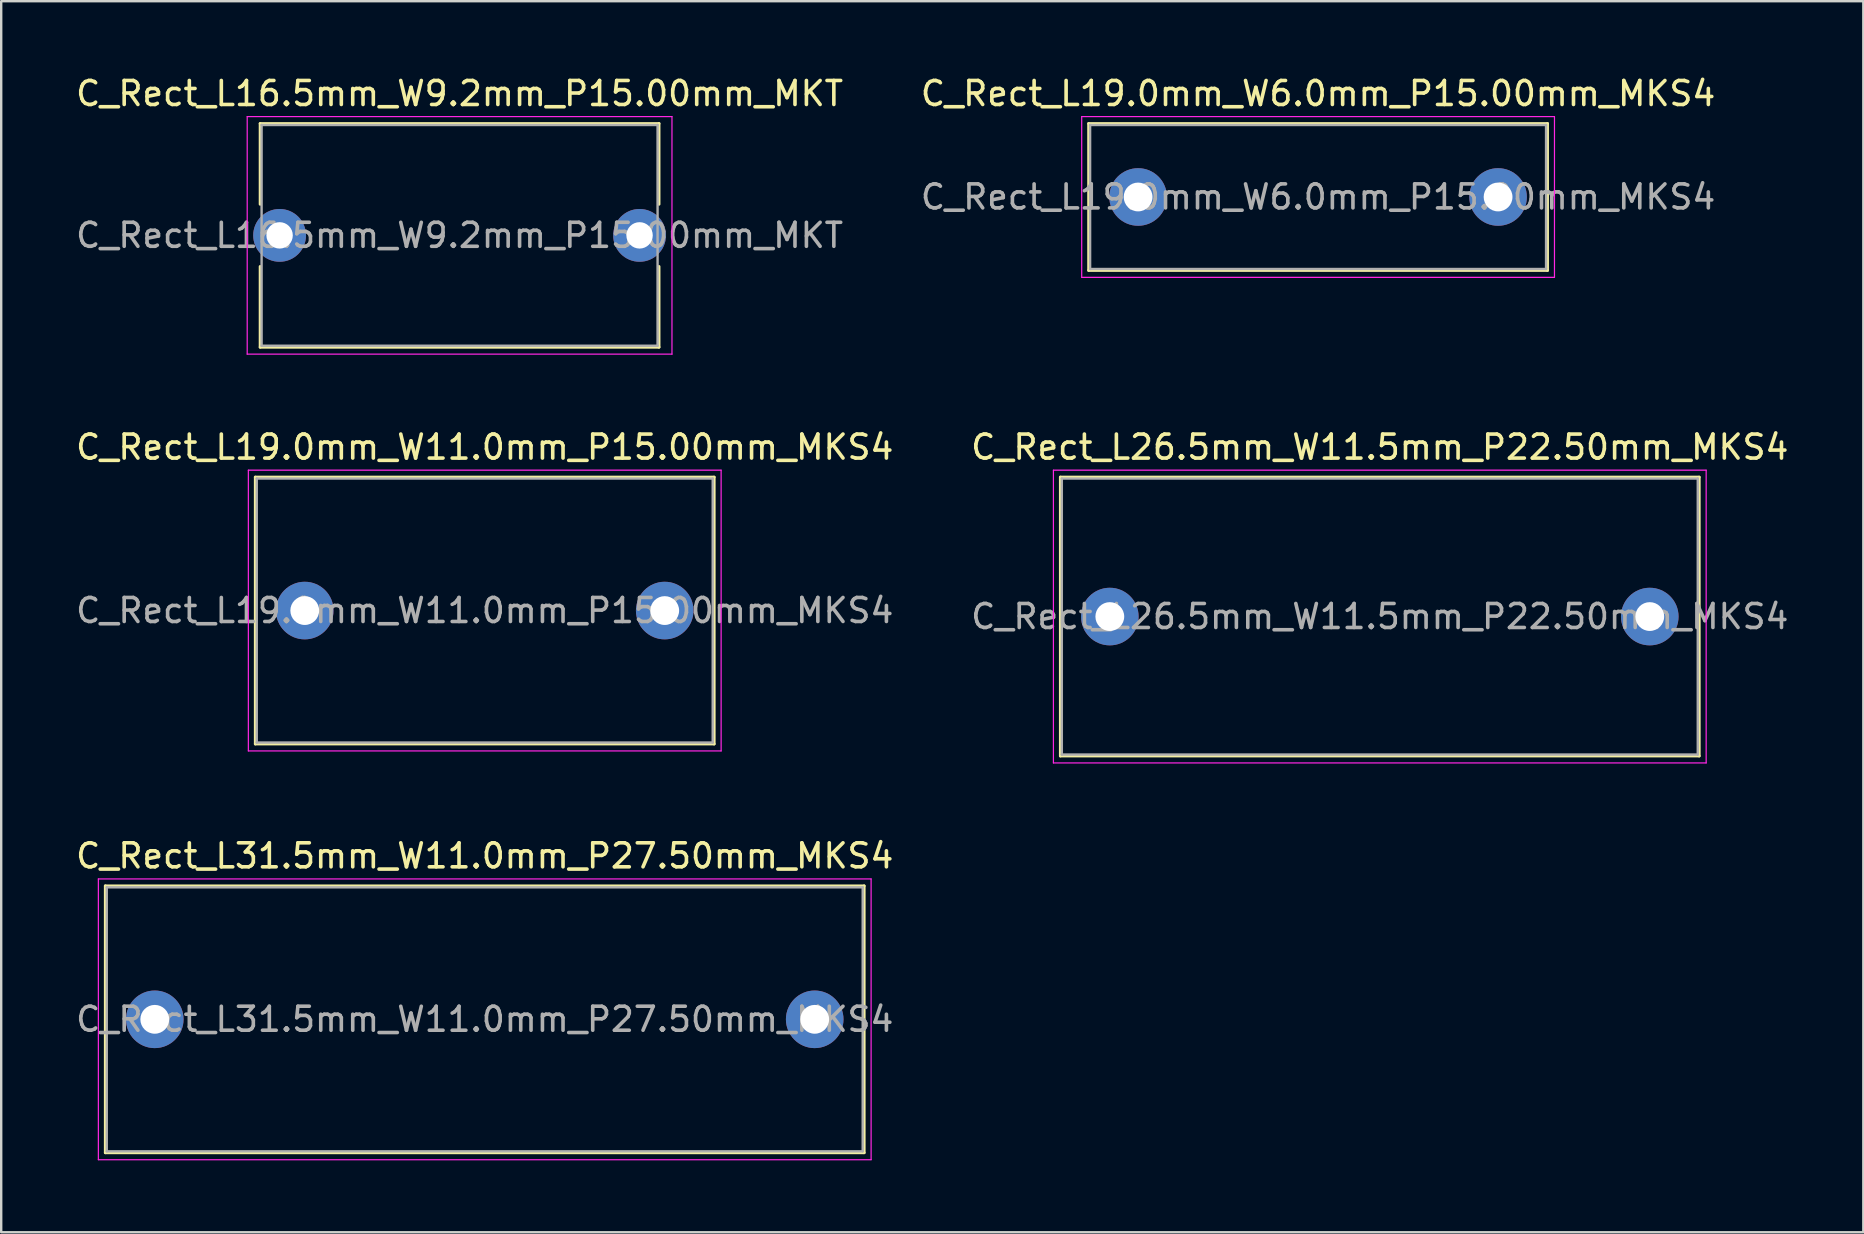
<source format=kicad_pcb>
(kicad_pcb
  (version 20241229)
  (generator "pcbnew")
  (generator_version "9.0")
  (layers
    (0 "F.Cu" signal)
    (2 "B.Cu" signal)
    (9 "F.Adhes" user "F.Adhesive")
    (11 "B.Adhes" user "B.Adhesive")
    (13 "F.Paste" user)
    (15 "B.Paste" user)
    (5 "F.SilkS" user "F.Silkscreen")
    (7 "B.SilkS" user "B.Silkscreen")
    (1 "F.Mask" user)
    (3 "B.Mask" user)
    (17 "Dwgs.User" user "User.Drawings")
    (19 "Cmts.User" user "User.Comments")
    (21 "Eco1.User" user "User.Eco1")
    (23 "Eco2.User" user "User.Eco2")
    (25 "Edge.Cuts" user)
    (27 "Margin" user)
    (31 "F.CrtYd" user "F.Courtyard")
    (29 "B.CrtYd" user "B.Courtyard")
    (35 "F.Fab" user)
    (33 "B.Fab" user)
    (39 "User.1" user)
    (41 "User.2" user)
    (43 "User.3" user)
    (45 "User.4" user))
  (footprint "C_Rect_L19.0mm_W6.0mm_P15.00mm_MKS4"
    (layer "F.Cu")
    (at 44.375 5.158)
    (property "Reference" "C_Rect_L19.0mm_W6.0mm_P15.00mm_MKS4" (at 7.5 -4.31 0) (layer "F.SilkS") (effects (font (size 1 1) (thickness 0.15))))
    (attr through_hole)
    (fp_line (start -2.06 -3.06) (end -2.06 3.06) (stroke (width 0.12) (type solid)) (layer "F.SilkS"))
    (fp_line (start -2.06 -3.06) (end 17.06 -3.06) (stroke (width 0.12) (type solid)) (layer "F.SilkS"))
    (fp_line (start -2.06 3.06) (end 17.06 3.06) (stroke (width 0.12) (type solid)) (layer "F.SilkS"))
    (fp_line (start 17.06 -3.06) (end 17.06 3.06) (stroke (width 0.12) (type solid)) (layer "F.SilkS"))
    (fp_line (start -2.35 -3.35) (end -2.35 3.35) (stroke (width 0.05) (type solid)) (layer "F.CrtYd"))
    (fp_line (start -2.35 3.35) (end 17.35 3.35) (stroke (width 0.05) (type solid)) (layer "F.CrtYd"))
    (fp_line (start 17.35 -3.35) (end -2.35 -3.35) (stroke (width 0.05) (type solid)) (layer "F.CrtYd"))
    (fp_line (start 17.35 3.35) (end 17.35 -3.35) (stroke (width 0.05) (type solid)) (layer "F.CrtYd"))
    (fp_line (start -2 -3) (end -2 3) (stroke (width 0.1) (type solid)) (layer "F.Fab"))
    (fp_line (start -2 3) (end 17 3) (stroke (width 0.1) (type solid)) (layer "F.Fab"))
    (fp_line (start 17 -3) (end -2 -3) (stroke (width 0.1) (type solid)) (layer "F.Fab"))
    (fp_line (start 17 3) (end 17 -3) (stroke (width 0.1) (type solid)) (layer "F.Fab"))
    (fp_text user "${REFERENCE}" (at 7.5 0 0) (layer "F.Fab") (effects (font (size 1 1) (thickness 0.15))))
    (pad "1" thru_hole circle (at 0 0) (size 2.4 2.4) (drill 1.2) (layers "*.Cu" "*.Mask"))
    (pad "2" thru_hole circle (at 15 0) (size 2.4 2.4) (drill 1.2) (layers "*.Cu" "*.Mask")))
  (footprint "C_Rect_L31.5mm_W11.0mm_P27.50mm_MKS4"
    (layer "F.Cu")
    (at 3.399 39.425)
    (property "Reference" "C_Rect_L31.5mm_W11.0mm_P27.50mm_MKS4" (at 13.75 -6.81 0) (layer "F.SilkS") (effects (font (size 1 1) (thickness 0.15))))
    (attr through_hole)
    (fp_line (start -2.06 -5.56) (end -2.06 5.56) (stroke (width 0.12) (type solid)) (layer "F.SilkS"))
    (fp_line (start -2.06 -5.56) (end 29.56 -5.56) (stroke (width 0.12) (type solid)) (layer "F.SilkS"))
    (fp_line (start -2.06 5.56) (end 29.56 5.56) (stroke (width 0.12) (type solid)) (layer "F.SilkS"))
    (fp_line (start 29.56 -5.56) (end 29.56 5.56) (stroke (width 0.12) (type solid)) (layer "F.SilkS"))
    (fp_line (start -2.35 -5.85) (end -2.35 5.85) (stroke (width 0.05) (type solid)) (layer "F.CrtYd"))
    (fp_line (start -2.35 5.85) (end 29.85 5.85) (stroke (width 0.05) (type solid)) (layer "F.CrtYd"))
    (fp_line (start 29.85 -5.85) (end -2.35 -5.85) (stroke (width 0.05) (type solid)) (layer "F.CrtYd"))
    (fp_line (start 29.85 5.85) (end 29.85 -5.85) (stroke (width 0.05) (type solid)) (layer "F.CrtYd"))
    (fp_line (start -2 -5.5) (end -2 5.5) (stroke (width 0.1) (type solid)) (layer "F.Fab"))
    (fp_line (start -2 5.5) (end 29.5 5.5) (stroke (width 0.1) (type solid)) (layer "F.Fab"))
    (fp_line (start 29.5 -5.5) (end -2 -5.5) (stroke (width 0.1) (type solid)) (layer "F.Fab"))
    (fp_line (start 29.5 5.5) (end 29.5 -5.5) (stroke (width 0.1) (type solid)) (layer "F.Fab"))
    (fp_text user "${REFERENCE}" (at 13.75 0 0) (layer "F.Fab") (effects (font (size 1 1) (thickness 0.15))))
    (pad "1" thru_hole circle (at 0 0) (size 2.4 2.4) (drill 1.2) (layers "*.Cu" "*.Mask"))
    (pad "2" thru_hole circle (at 27.5 0) (size 2.4 2.4) (drill 1.2) (layers "*.Cu" "*.Mask")))
  (footprint "C_Rect_L19.0mm_W11.0mm_P15.00mm_MKS4"
    (layer "F.Cu")
    (at 9.649 22.392)
    (property "Reference" "C_Rect_L19.0mm_W11.0mm_P15.00mm_MKS4" (at 7.5 -6.81 0) (layer "F.SilkS") (effects (font (size 1 1) (thickness 0.15))))
    (attr through_hole)
    (fp_line (start -2.06 -5.56) (end -2.06 5.56) (stroke (width 0.12) (type solid)) (layer "F.SilkS"))
    (fp_line (start -2.06 -5.56) (end 17.06 -5.56) (stroke (width 0.12) (type solid)) (layer "F.SilkS"))
    (fp_line (start -2.06 5.56) (end 17.06 5.56) (stroke (width 0.12) (type solid)) (layer "F.SilkS"))
    (fp_line (start 17.06 -5.56) (end 17.06 5.56) (stroke (width 0.12) (type solid)) (layer "F.SilkS"))
    (fp_line (start -2.35 -5.85) (end -2.35 5.85) (stroke (width 0.05) (type solid)) (layer "F.CrtYd"))
    (fp_line (start -2.35 5.85) (end 17.35 5.85) (stroke (width 0.05) (type solid)) (layer "F.CrtYd"))
    (fp_line (start 17.35 -5.85) (end -2.35 -5.85) (stroke (width 0.05) (type solid)) (layer "F.CrtYd"))
    (fp_line (start 17.35 5.85) (end 17.35 -5.85) (stroke (width 0.05) (type solid)) (layer "F.CrtYd"))
    (fp_line (start -2 -5.5) (end -2 5.5) (stroke (width 0.1) (type solid)) (layer "F.Fab"))
    (fp_line (start -2 5.5) (end 17 5.5) (stroke (width 0.1) (type solid)) (layer "F.Fab"))
    (fp_line (start 17 -5.5) (end -2 -5.5) (stroke (width 0.1) (type solid)) (layer "F.Fab"))
    (fp_line (start 17 5.5) (end 17 -5.5) (stroke (width 0.1) (type solid)) (layer "F.Fab"))
    (fp_text user "${REFERENCE}" (at 7.5 0 0) (layer "F.Fab") (effects (font (size 1 1) (thickness 0.15))))
    (pad "1" thru_hole circle (at 0 0) (size 2.4 2.4) (drill 1.2) (layers "*.Cu" "*.Mask"))
    (pad "2" thru_hole circle (at 15 0) (size 2.4 2.4) (drill 1.2) (layers "*.Cu" "*.Mask")))
  (footprint "C_Rect_L26.5mm_W11.5mm_P22.50mm_MKS4"
    (layer "F.Cu")
    (at 43.196 22.642)
    (property "Reference" "C_Rect_L26.5mm_W11.5mm_P22.50mm_MKS4" (at 11.25 -7.06 0) (layer "F.SilkS") (effects (font (size 1 1) (thickness 0.15))))
    (attr through_hole)
    (fp_line (start -2.06 -5.81) (end -2.06 5.81) (stroke (width 0.12) (type solid)) (layer "F.SilkS"))
    (fp_line (start -2.06 -5.81) (end 24.56 -5.81) (stroke (width 0.12) (type solid)) (layer "F.SilkS"))
    (fp_line (start -2.06 5.81) (end 24.56 5.81) (stroke (width 0.12) (type solid)) (layer "F.SilkS"))
    (fp_line (start 24.56 -5.81) (end 24.56 5.81) (stroke (width 0.12) (type solid)) (layer "F.SilkS"))
    (fp_line (start -2.35 -6.1) (end -2.35 6.1) (stroke (width 0.05) (type solid)) (layer "F.CrtYd"))
    (fp_line (start -2.35 6.1) (end 24.85 6.1) (stroke (width 0.05) (type solid)) (layer "F.CrtYd"))
    (fp_line (start 24.85 -6.1) (end -2.35 -6.1) (stroke (width 0.05) (type solid)) (layer "F.CrtYd"))
    (fp_line (start 24.85 6.1) (end 24.85 -6.1) (stroke (width 0.05) (type solid)) (layer "F.CrtYd"))
    (fp_line (start -2 -5.75) (end -2 5.75) (stroke (width 0.1) (type solid)) (layer "F.Fab"))
    (fp_line (start -2 5.75) (end 24.5 5.75) (stroke (width 0.1) (type solid)) (layer "F.Fab"))
    (fp_line (start 24.5 -5.75) (end -2 -5.75) (stroke (width 0.1) (type solid)) (layer "F.Fab"))
    (fp_line (start 24.5 5.75) (end 24.5 -5.75) (stroke (width 0.1) (type solid)) (layer "F.Fab"))
    (fp_text user "${REFERENCE}" (at 11.25 0 0) (layer "F.Fab") (effects (font (size 1 1) (thickness 0.15))))
    (pad "1" thru_hole circle (at 0 0) (size 2.4 2.4) (drill 1.2) (layers "*.Cu" "*.Mask"))
    (pad "2" thru_hole circle (at 22.5 0) (size 2.4 2.4) (drill 1.2) (layers "*.Cu" "*.Mask")))
  (footprint "C_Rect_L16.5mm_W9.2mm_P15.00mm_MKT"
    (layer "F.Cu")
    (at 8.601 6.758)
    (property "Reference" "C_Rect_L16.5mm_W9.2mm_P15.00mm_MKT" (at 7.5 -5.91 0) (layer "F.SilkS") (effects (font (size 1 1) (thickness 0.15))))
    (attr through_hole)
    (fp_line (start -0.81 -4.66) (end -0.81 -1.296) (stroke (width 0.12) (type solid)) (layer "F.SilkS"))
    (fp_line (start -0.81 -4.66) (end 15.81 -4.66) (stroke (width 0.12) (type solid)) (layer "F.SilkS"))
    (fp_line (start -0.81 1.296) (end -0.81 4.66) (stroke (width 0.12) (type solid)) (layer "F.SilkS"))
    (fp_line (start -0.81 4.66) (end 15.81 4.66) (stroke (width 0.12) (type solid)) (layer "F.SilkS"))
    (fp_line (start 15.81 -4.66) (end 15.81 -1.296) (stroke (width 0.12) (type solid)) (layer "F.SilkS"))
    (fp_line (start 15.81 1.296) (end 15.81 4.66) (stroke (width 0.12) (type solid)) (layer "F.SilkS"))
    (fp_line (start -1.35 -4.95) (end -1.35 4.95) (stroke (width 0.05) (type solid)) (layer "F.CrtYd"))
    (fp_line (start -1.35 4.95) (end 16.35 4.95) (stroke (width 0.05) (type solid)) (layer "F.CrtYd"))
    (fp_line (start 16.35 -4.95) (end -1.35 -4.95) (stroke (width 0.05) (type solid)) (layer "F.CrtYd"))
    (fp_line (start 16.35 4.95) (end 16.35 -4.95) (stroke (width 0.05) (type solid)) (layer "F.CrtYd"))
    (fp_line (start -0.75 -4.6) (end -0.75 4.6) (stroke (width 0.1) (type solid)) (layer "F.Fab"))
    (fp_line (start -0.75 4.6) (end 15.75 4.6) (stroke (width 0.1) (type solid)) (layer "F.Fab"))
    (fp_line (start 15.75 -4.6) (end -0.75 -4.6) (stroke (width 0.1) (type solid)) (layer "F.Fab"))
    (fp_line (start 15.75 4.6) (end 15.75 -4.6) (stroke (width 0.1) (type solid)) (layer "F.Fab"))
    (fp_text user "${REFERENCE}" (at 7.5 0 0) (layer "F.Fab") (effects (font (size 1 1) (thickness 0.15))))
    (pad "1" thru_hole circle (at 0 0) (size 2.2 2.2) (drill 1.1) (layers "*.Cu" "*.Mask"))
    (pad "2" thru_hole circle (at 15 0) (size 2.2 2.2) (drill 1.1) (layers "*.Cu" "*.Mask")))
  (gr_rect
    (start -3 -3)
    (end 74.595 48.3)
    (stroke (width 0.1) (type default))
    (fill no)
    (layer "Edge.Cuts")))
</source>
